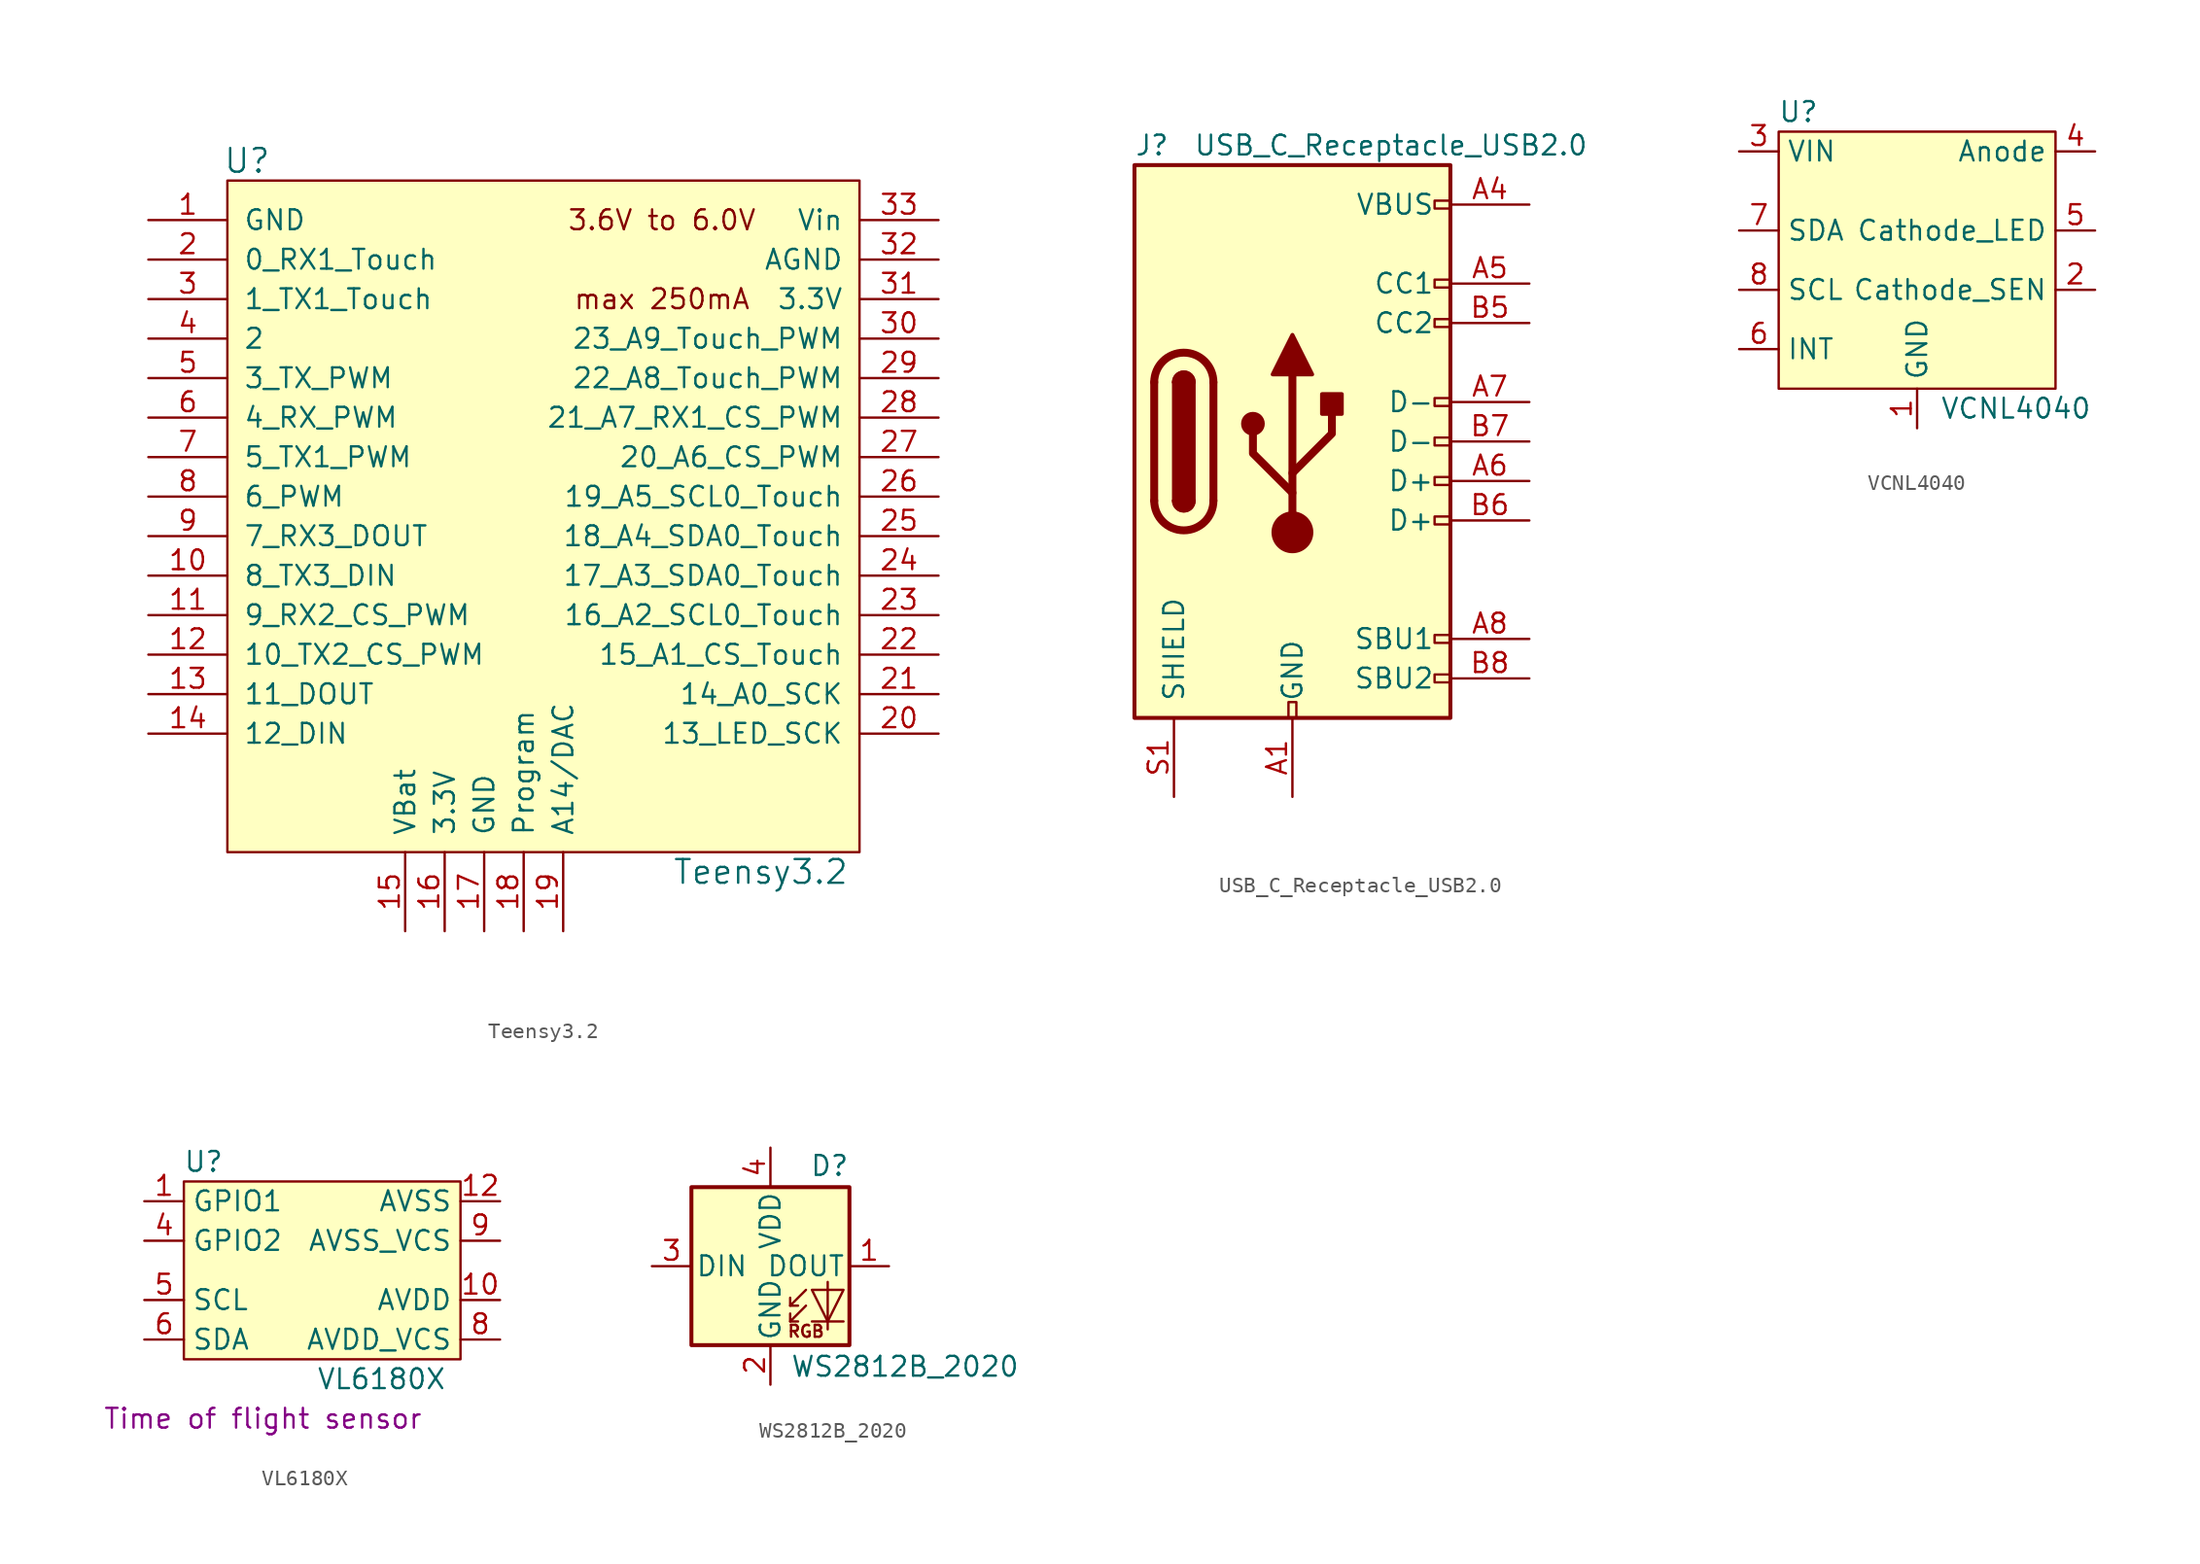
<source format=kicad_sym>
(kicad_symbol_lib
  (version 20220914)
  (generator kicad_symbol_editor)
  (symbol "Teensy3.2"
    (pin_names
      (offset 1.016))
    (property "Reference" "U"
      (at -19.05 25.4 0)
      (effects (font (size 1.524 1.524))))
    (property "Value" "Teensy3.2"
      (at 13.97 -20.32 0)
      (effects (font (size 1.524 1.524))))
    (symbol "Teensy3.2_0_0"
      (text "3.6V to 6.0V" (at 7.62 21.59 0) (effects (font (size 1.27 1.27))))
      (text "max 250mA" (at 7.62 16.51 0) (effects (font (size 1.27 1.27)))))
    (symbol "Teensy3.2_0_1"
      (rectangle (start -20.32 -19.05) (end 20.32 24.13) (stroke (width 0) (type default)) (fill (type background))))
    (symbol "Teensy3.2_1_1"
      (pin power_in line (at -25.4 21.59 0) (length 5.08) (name "GND" (effects (font (size 1.27 1.27)))) (number "1" (effects (font (size 1.27 1.27)))))
      (pin bidirectional line (at -25.4 -1.27 0) (length 5.08) (name "8_TX3_DIN" (effects (font (size 1.27 1.27)))) (number "10" (effects (font (size 1.27 1.27)))))
      (pin bidirectional line (at -25.4 -3.81 0) (length 5.08) (name "9_RX2_CS_PWM" (effects (font (size 1.27 1.27)))) (number "11" (effects (font (size 1.27 1.27)))))
      (pin bidirectional line (at -25.4 -6.35 0) (length 5.08) (name "10_TX2_CS_PWM" (effects (font (size 1.27 1.27)))) (number "12" (effects (font (size 1.27 1.27)))))
      (pin bidirectional line (at -25.4 -8.89 0) (length 5.08) (name "11_DOUT" (effects (font (size 1.27 1.27)))) (number "13" (effects (font (size 1.27 1.27)))))
      (pin bidirectional line (at -25.4 -11.43 0) (length 5.08) (name "12_DIN" (effects (font (size 1.27 1.27)))) (number "14" (effects (font (size 1.27 1.27)))))
      (pin power_in line (at -8.89 -24.13 90) (length 5.08) (name "VBat" (effects (font (size 1.27 1.27)))) (number "15" (effects (font (size 1.27 1.27)))))
      (pin power_out line (at -6.35 -24.13 90) (length 5.08) (name "3.3V" (effects (font (size 1.27 1.27)))) (number "16" (effects (font (size 1.27 1.27)))))
      (pin power_in line (at -3.81 -24.13 90) (length 5.08) (name "GND" (effects (font (size 1.27 1.27)))) (number "17" (effects (font (size 1.27 1.27)))))
      (pin input line (at -1.27 -24.13 90) (length 5.08) (name "Program" (effects (font (size 1.27 1.27)))) (number "18" (effects (font (size 1.27 1.27)))))
      (pin bidirectional line (at 1.27 -24.13 90) (length 5.08) (name "A14/DAC" (effects (font (size 1.27 1.27)))) (number "19" (effects (font (size 1.27 1.27)))))
      (pin bidirectional line (at -25.4 19.05 0) (length 5.08) (name "0_RX1_Touch" (effects (font (size 1.27 1.27)))) (number "2" (effects (font (size 1.27 1.27)))))
      (pin bidirectional line (at 25.4 -11.43 180) (length 5.08) (name "13_LED_SCK" (effects (font (size 1.27 1.27)))) (number "20" (effects (font (size 1.27 1.27)))))
      (pin bidirectional line (at 25.4 -8.89 180) (length 5.08) (name "14_A0_SCK" (effects (font (size 1.27 1.27)))) (number "21" (effects (font (size 1.27 1.27)))))
      (pin bidirectional line (at 25.4 -6.35 180) (length 5.08) (name "15_A1_CS_Touch" (effects (font (size 1.27 1.27)))) (number "22" (effects (font (size 1.27 1.27)))))
      (pin bidirectional line (at 25.4 -3.81 180) (length 5.08) (name "16_A2_SCL0_Touch" (effects (font (size 1.27 1.27)))) (number "23" (effects (font (size 1.27 1.27)))))
      (pin bidirectional line (at 25.4 -1.27 180) (length 5.08) (name "17_A3_SDA0_Touch" (effects (font (size 1.27 1.27)))) (number "24" (effects (font (size 1.27 1.27)))))
      (pin bidirectional line (at 25.4 1.27 180) (length 5.08) (name "18_A4_SDA0_Touch" (effects (font (size 1.27 1.27)))) (number "25" (effects (font (size 1.27 1.27)))))
      (pin bidirectional line (at 25.4 3.81 180) (length 5.08) (name "19_A5_SCL0_Touch" (effects (font (size 1.27 1.27)))) (number "26" (effects (font (size 1.27 1.27)))))
      (pin bidirectional line (at 25.4 6.35 180) (length 5.08) (name "20_A6_CS_PWM" (effects (font (size 1.27 1.27)))) (number "27" (effects (font (size 1.27 1.27)))))
      (pin bidirectional line (at 25.4 8.89 180) (length 5.08) (name "21_A7_RX1_CS_PWM" (effects (font (size 1.27 1.27)))) (number "28" (effects (font (size 1.27 1.27)))))
      (pin bidirectional line (at 25.4 11.43 180) (length 5.08) (name "22_A8_Touch_PWM" (effects (font (size 1.27 1.27)))) (number "29" (effects (font (size 1.27 1.27)))))
      (pin bidirectional line (at -25.4 16.51 0) (length 5.08) (name "1_TX1_Touch" (effects (font (size 1.27 1.27)))) (number "3" (effects (font (size 1.27 1.27)))))
      (pin bidirectional line (at 25.4 13.97 180) (length 5.08) (name "23_A9_Touch_PWM" (effects (font (size 1.27 1.27)))) (number "30" (effects (font (size 1.27 1.27)))))
      (pin power_out line (at 25.4 16.51 180) (length 5.08) (name "3.3V" (effects (font (size 1.27 1.27)))) (number "31" (effects (font (size 1.27 1.27)))))
      (pin power_out line (at 25.4 19.05 180) (length 5.08) (name "AGND" (effects (font (size 1.27 1.27)))) (number "32" (effects (font (size 1.27 1.27)))))
      (pin power_in line (at 25.4 21.59 180) (length 5.08) (name "Vin" (effects (font (size 1.27 1.27)))) (number "33" (effects (font (size 1.27 1.27)))))
      (pin bidirectional line (at -25.4 13.97 0) (length 5.08) (name "2" (effects (font (size 1.27 1.27)))) (number "4" (effects (font (size 1.27 1.27)))))
      (pin bidirectional line (at -25.4 11.43 0) (length 5.08) (name "3_TX_PWM" (effects (font (size 1.27 1.27)))) (number "5" (effects (font (size 1.27 1.27)))))
      (pin bidirectional line (at -25.4 8.89 0) (length 5.08) (name "4_RX_PWM" (effects (font (size 1.27 1.27)))) (number "6" (effects (font (size 1.27 1.27)))))
      (pin bidirectional line (at -25.4 6.35 0) (length 5.08) (name "5_TX1_PWM" (effects (font (size 1.27 1.27)))) (number "7" (effects (font (size 1.27 1.27)))))
      (pin bidirectional line (at -25.4 3.81 0) (length 5.08) (name "6_PWM" (effects (font (size 1.27 1.27)))) (number "8" (effects (font (size 1.27 1.27)))))
      (pin bidirectional line (at -25.4 1.27 0) (length 5.08) (name "7_RX3_DOUT" (effects (font (size 1.27 1.27)))) (number "9" (effects (font (size 1.27 1.27)))))))
  (symbol "USB_C_Receptacle_USB2.0"
    (pin_names
      (offset 1.016))
    (property "Reference" "J"
      (at -10.16 19.05 0)
      (effects (font (size 1.27 1.27)) (justify left)))
    (property "Value" "USB_C_Receptacle_USB2.0"
      (at 19.05 19.05 0)
      (effects (font (size 1.27 1.27)) (justify right)))
    (symbol "USB_C_Receptacle_USB2.0_0_0"
      (rectangle (start -0.254 -17.78) (end 0.254 -16.764) (stroke (width 0) (type default)) (fill (type none)))
      (rectangle (start 10.16 -14.986) (end 9.144 -15.494) (stroke (width 0) (type default)) (fill (type none)))
      (rectangle (start 10.16 -12.446) (end 9.144 -12.954) (stroke (width 0) (type default)) (fill (type none)))
      (rectangle (start 10.16 -4.826) (end 9.144 -5.334) (stroke (width 0) (type default)) (fill (type none)))
      (rectangle (start 10.16 -2.286) (end 9.144 -2.794) (stroke (width 0) (type default)) (fill (type none)))
      (rectangle (start 10.16 0.254) (end 9.144 -0.254) (stroke (width 0) (type default)) (fill (type none)))
      (rectangle (start 10.16 2.794) (end 9.144 2.286) (stroke (width 0) (type default)) (fill (type none)))
      (rectangle (start 10.16 7.874) (end 9.144 7.366) (stroke (width 0) (type default)) (fill (type none)))
      (rectangle (start 10.16 10.414) (end 9.144 9.906) (stroke (width 0) (type default)) (fill (type none)))
      (rectangle (start 10.16 15.494) (end 9.144 14.986) (stroke (width 0) (type default)) (fill (type none))))
    (symbol "USB_C_Receptacle_USB2.0_0_1"
      (rectangle (start -10.16 17.78) (end 10.16 -17.78) (stroke (width 0.254) (type default)) (fill (type background)))
      (arc (start -8.89 -3.81) (mid -6.985 -5.7067) (end -5.08 -3.81) (stroke (width 0.508) (type default)) (fill (type none)))
      (arc (start -7.62 -3.81) (mid -6.985 -4.4423) (end -6.35 -3.81) (stroke (width 0.254) (type default)) (fill (type none)))
      (arc (start -7.62 -3.81) (mid -6.985 -4.4423) (end -6.35 -3.81) (stroke (width 0.254) (type default)) (fill (type outline)))
      (rectangle (start -7.62 -3.81) (end -6.35 3.81) (stroke (width 0.254) (type default)) (fill (type outline)))
      (arc (start -6.35 3.81) (mid -6.985 4.4423) (end -7.62 3.81) (stroke (width 0.254) (type default)) (fill (type none)))
      (arc (start -6.35 3.81) (mid -6.985 4.4423) (end -7.62 3.81) (stroke (width 0.254) (type default)) (fill (type outline)))
      (arc (start -5.08 3.81) (mid -6.985 5.7067) (end -8.89 3.81) (stroke (width 0.508) (type default)) (fill (type none)))
      (circle (center -2.54 1.143) (radius 0.635) (stroke (width 0.254) (type default)) (fill (type outline)))
      (circle (center 0 -5.842) (radius 1.27) (stroke (width 0) (type default)) (fill (type outline)))
      (polyline (pts (xy -8.89 -3.81) (xy -8.89 3.81)) (stroke (width 0.508) (type default)) (fill (type none)))
      (polyline (pts (xy -5.08 3.81) (xy -5.08 -3.81)) (stroke (width 0.508) (type default)) (fill (type none)))
      (polyline (pts (xy 0 -5.842) (xy 0 4.318)) (stroke (width 0.508) (type default)) (fill (type none)))
      (polyline (pts (xy 0 -3.302) (xy -2.54 -0.762) (xy -2.54 0.508)) (stroke (width 0.508) (type default)) (fill (type none)))
      (polyline (pts (xy 0 -2.032) (xy 2.54 0.508) (xy 2.54 1.778)) (stroke (width 0.508) (type default)) (fill (type none)))
      (polyline (pts (xy -1.27 4.318) (xy 0 6.858) (xy 1.27 4.318) (xy -1.27 4.318)) (stroke (width 0.254) (type default)) (fill (type outline)))
      (rectangle (start 1.905 1.778) (end 3.175 3.048) (stroke (width 0.254) (type default)) (fill (type outline))))
    (symbol "USB_C_Receptacle_USB2.0_1_1"
      (pin power_in line (at 0 -22.86 90) (length 5.08) (name "GND" (effects (font (size 1.27 1.27)))) (number "A1" (effects (font (size 1.27 1.27)))))
      (pin passive line (at 0 -22.86 90) (length 5.08) hide (name "GND" (effects (font (size 1.27 1.27)))) (number "A12" (effects (font (size 1.27 1.27)))))
      (pin power_in line (at 15.24 15.24 180) (length 5.08) (name "VBUS" (effects (font (size 1.27 1.27)))) (number "A4" (effects (font (size 1.27 1.27)))))
      (pin bidirectional line (at 15.24 10.16 180) (length 5.08) (name "CC1" (effects (font (size 1.27 1.27)))) (number "A5" (effects (font (size 1.27 1.27)))))
      (pin bidirectional line (at 15.24 -2.54 180) (length 5.08) (name "D+" (effects (font (size 1.27 1.27)))) (number "A6" (effects (font (size 1.27 1.27)))))
      (pin bidirectional line (at 15.24 2.54 180) (length 5.08) (name "D-" (effects (font (size 1.27 1.27)))) (number "A7" (effects (font (size 1.27 1.27)))))
      (pin bidirectional line (at 15.24 -12.7 180) (length 5.08) (name "SBU1" (effects (font (size 1.27 1.27)))) (number "A8" (effects (font (size 1.27 1.27)))))
      (pin passive line (at 15.24 15.24 180) (length 5.08) hide (name "VBUS" (effects (font (size 1.27 1.27)))) (number "A9" (effects (font (size 1.27 1.27)))))
      (pin passive line (at 0 -22.86 90) (length 5.08) hide (name "GND" (effects (font (size 1.27 1.27)))) (number "B1" (effects (font (size 1.27 1.27)))))
      (pin passive line (at 0 -22.86 90) (length 5.08) hide (name "GND" (effects (font (size 1.27 1.27)))) (number "B12" (effects (font (size 1.27 1.27)))))
      (pin passive line (at 15.24 15.24 180) (length 5.08) hide (name "VBUS" (effects (font (size 1.27 1.27)))) (number "B4" (effects (font (size 1.27 1.27)))))
      (pin bidirectional line (at 15.24 7.62 180) (length 5.08) (name "CC2" (effects (font (size 1.27 1.27)))) (number "B5" (effects (font (size 1.27 1.27)))))
      (pin bidirectional line (at 15.24 -5.08 180) (length 5.08) (name "D+" (effects (font (size 1.27 1.27)))) (number "B6" (effects (font (size 1.27 1.27)))))
      (pin bidirectional line (at 15.24 0 180) (length 5.08) (name "D-" (effects (font (size 1.27 1.27)))) (number "B7" (effects (font (size 1.27 1.27)))))
      (pin bidirectional line (at 15.24 -15.24 180) (length 5.08) (name "SBU2" (effects (font (size 1.27 1.27)))) (number "B8" (effects (font (size 1.27 1.27)))))
      (pin passive line (at 15.24 15.24 180) (length 5.08) hide (name "VBUS" (effects (font (size 1.27 1.27)))) (number "B9" (effects (font (size 1.27 1.27)))))
      (pin passive line (at -7.62 -22.86 90) (length 5.08) (name "SHIELD" (effects (font (size 1.27 1.27)))) (number "S1" (effects (font (size 1.27 1.27)))))))
  (symbol "VCNL4040"
    (property "Reference" "U"
      (at -7.62 11.43 0)
      (effects (font (size 1.27 1.27))))
    (property "Value" "VCNL4040"
      (at 6.35 -7.62 0)
      (effects (font (size 1.27 1.27))))
    (symbol "VCNL4040_0_1"
      (rectangle (start -8.89 10.16) (end 8.89 -6.35) (stroke (width 0.152) (type default)) (fill (type background))))
    (symbol "VCNL4040_1_1"
      (pin input line (at 0 -8.89 90) (length 2.54) (name "GND" (effects (font (size 1.27 1.27)))) (number "1" (effects (font (size 1.27 1.27)))))
      (pin input line (at 11.43 0 180) (length 2.54) (name "Cathode_SEN" (effects (font (size 1.27 1.27)))) (number "2" (effects (font (size 1.27 1.27)))))
      (pin input line (at -11.43 8.89 0) (length 2.54) (name "VIN" (effects (font (size 1.27 1.27)))) (number "3" (effects (font (size 1.27 1.27)))))
      (pin input line (at 11.43 8.89 180) (length 2.54) (name "Anode" (effects (font (size 1.27 1.27)))) (number "4" (effects (font (size 1.27 1.27)))))
      (pin input line (at 11.43 3.81 180) (length 2.54) (name "Cathode_LED" (effects (font (size 1.27 1.27)))) (number "5" (effects (font (size 1.27 1.27)))))
      (pin input line (at -11.43 -3.81 0) (length 2.54) (name "INT" (effects (font (size 1.27 1.27)))) (number "6" (effects (font (size 1.27 1.27)))))
      (pin input line (at -11.43 3.81 0) (length 2.54) (name "SDA" (effects (font (size 1.27 1.27)))) (number "7" (effects (font (size 1.27 1.27)))))
      (pin input line (at -11.43 0 0) (length 2.54) (name "SCL" (effects (font (size 1.27 1.27)))) (number "8" (effects (font (size 1.27 1.27)))))))
  (symbol "VL6180X"
    (property "Reference" "U"
      (at -7.62 6.35 0)
      (effects (font (size 1.27 1.27))))
    (property "Value" "VL6180X"
      (at 3.81 -7.62 0)
      (effects (font (size 1.27 1.27))))
    (property "Description" "Time of flight sensor"
      (at -3.81 -10.16 0)
      (effects (font (size 1.27 1.27))))
    (symbol "VL6180X_0_1"
      (rectangle (start 8.89 5.08) (end -8.89 -6.35) (stroke (width 0.152) (type default)) (fill (type background))))
    (symbol "VL6180X_1_1"
      (pin input line (at -11.43 3.81 0) (length 2.54) (name "GPIO1" (effects (font (size 1.27 1.27)))) (number "1" (effects (font (size 1.27 1.27)))))
      (pin input line (at 11.43 -2.54 180) (length 2.54) (name "AVDD" (effects (font (size 1.27 1.27)))) (number "10" (effects (font (size 1.27 1.27)))))
      (pin input line (at 11.43 3.81 180) (length 2.54) (name "AVSS" (effects (font (size 1.27 1.27)))) (number "12" (effects (font (size 1.27 1.27)))))
      (pin input line (at -11.43 1.27 0) (length 2.54) (name "GPIO2" (effects (font (size 1.27 1.27)))) (number "4" (effects (font (size 1.27 1.27)))))
      (pin input line (at -11.43 -2.54 0) (length 2.54) (name "SCL" (effects (font (size 1.27 1.27)))) (number "5" (effects (font (size 1.27 1.27)))))
      (pin input line (at -11.43 -5.08 0) (length 2.54) (name "SDA" (effects (font (size 1.27 1.27)))) (number "6" (effects (font (size 1.27 1.27)))))
      (pin input line (at 11.43 -5.08 180) (length 2.54) (name "AVDD_VCS" (effects (font (size 1.27 1.27)))) (number "8" (effects (font (size 1.27 1.27)))))
      (pin input line (at 11.43 1.27 180) (length 2.54) (name "AVSS_VCS" (effects (font (size 1.27 1.27)))) (number "9" (effects (font (size 1.27 1.27)))))))
  (symbol "WS2812B_2020"
    (pin_names
      (offset 0.254))
    (property "Reference" "D"
      (at 5.08 5.715 0)
      (effects (font (size 1.27 1.27)) (justify right bottom)))
    (property "Value" "WS2812B_2020"
      (at 1.27 -5.715 0)
      (effects (font (size 1.27 1.27)) (justify left top)))
    (symbol "WS2812B_2020_0_0"
      (text "RGB" (at 2.286 -4.191 0) (effects (font (size 0.762 0.762)))))
    (symbol "WS2812B_2020_0_1"
      (polyline (pts (xy 1.27 -3.556) (xy 1.778 -3.556)) (stroke (width 0) (type default)) (fill (type none)))
      (polyline (pts (xy 1.27 -2.54) (xy 1.778 -2.54)) (stroke (width 0) (type default)) (fill (type none)))
      (polyline (pts (xy 4.699 -3.556) (xy 2.667 -3.556)) (stroke (width 0) (type default)) (fill (type none)))
      (polyline (pts (xy 2.286 -2.54) (xy 1.27 -3.556) (xy 1.27 -3.048)) (stroke (width 0) (type default)) (fill (type none)))
      (polyline (pts (xy 2.286 -1.524) (xy 1.27 -2.54) (xy 1.27 -2.032)) (stroke (width 0) (type default)) (fill (type none)))
      (polyline (pts (xy 3.683 -1.016) (xy 3.683 -3.556) (xy 3.683 -4.064)) (stroke (width 0) (type default)) (fill (type none)))
      (polyline (pts (xy 4.699 -1.524) (xy 2.667 -1.524) (xy 3.683 -3.556) (xy 4.699 -1.524)) (stroke (width 0) (type default)) (fill (type none)))
      (rectangle (start 5.08 5.08) (end -5.08 -5.08) (stroke (width 0.254) (type default)) (fill (type background))))
    (symbol "WS2812B_2020_1_1"
      (pin output line (at 7.62 0 180) (length 2.54) (name "DOUT" (effects (font (size 1.27 1.27)))) (number "1" (effects (font (size 1.27 1.27)))))
      (pin power_in line (at 0 -7.62 90) (length 2.54) (name "GND" (effects (font (size 1.27 1.27)))) (number "2" (effects (font (size 1.27 1.27)))))
      (pin input line (at -7.62 0 0) (length 2.54) (name "DIN" (effects (font (size 1.27 1.27)))) (number "3" (effects (font (size 1.27 1.27)))))
      (pin power_in line (at 0 7.62 270) (length 2.54) (name "VDD" (effects (font (size 1.27 1.27)))) (number "4" (effects (font (size 1.27 1.27))))))))
</source>
